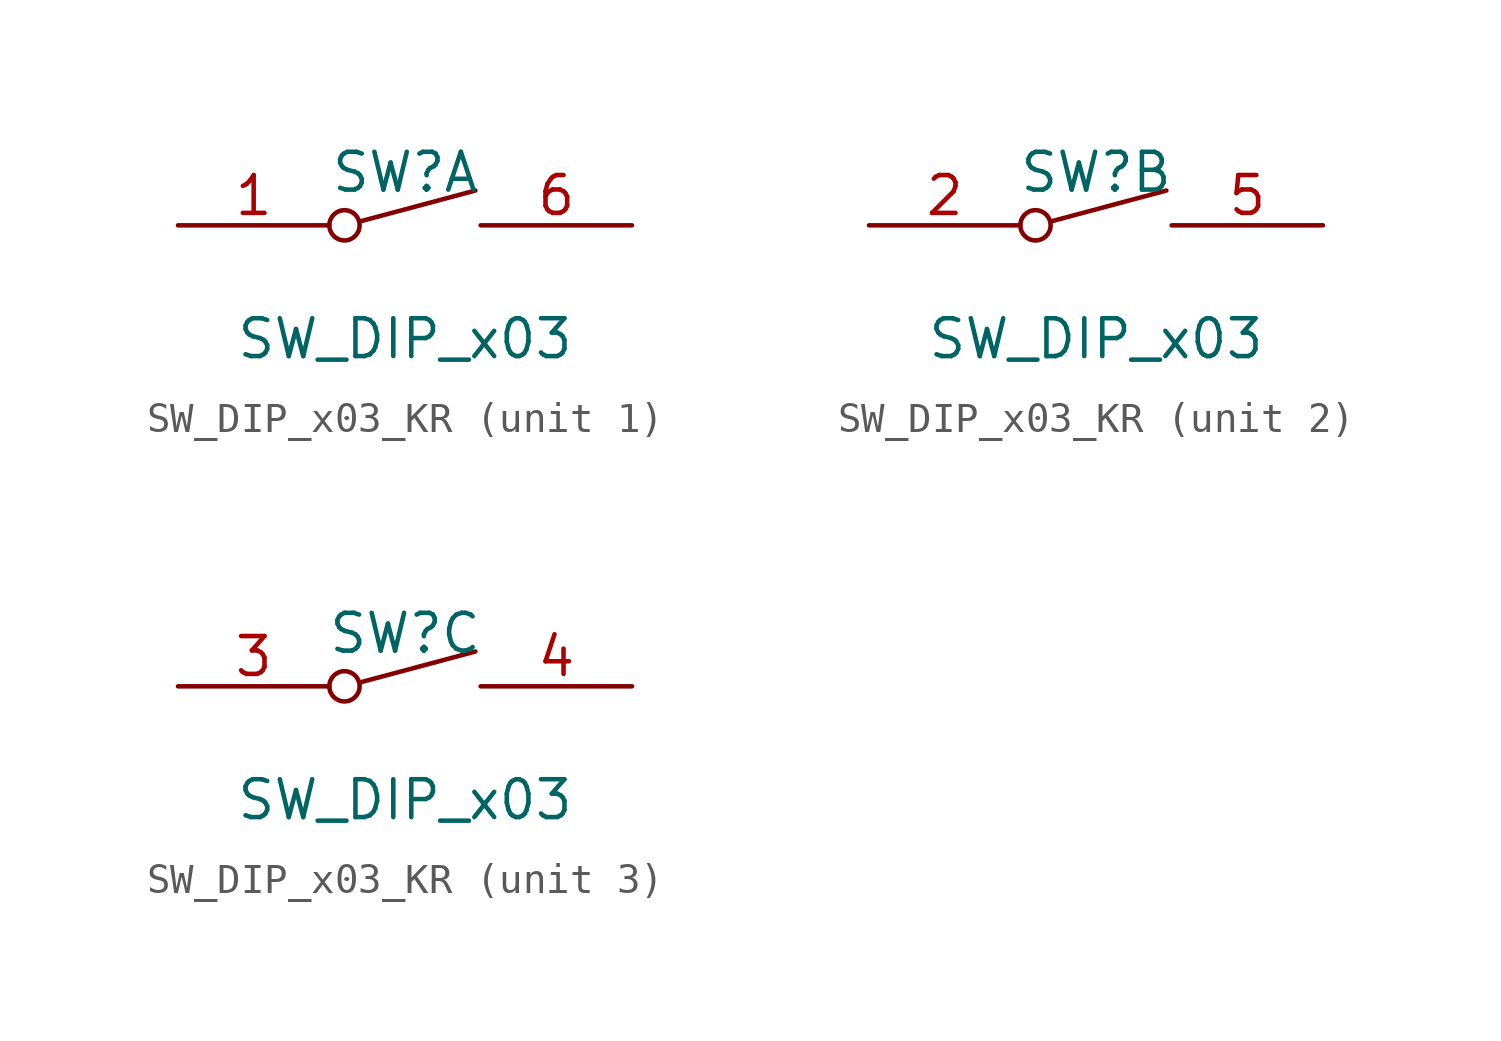
<source format=kicad_sym>
(kicad_symbol_lib
  (version 20220914)
  (generator kicad_symbol_editor)
  (symbol "SW_DIP_x03_KR"
    (pin_names
      (offset 0) hide)
    (property "Reference" "SW"
      (at 0 1.778 0)
      (effects (font (size 1.27 1.27))))
    (property "Value" "SW_DIP_x03"
      (at 0 -3.81 0)
      (effects (font (size 1.27 1.27))))
    (symbol "SW_DIP_x03_KR_0_0"
      (circle (center -2.032 0) (radius 0.508) (stroke (width 0) (type default)) (fill (type none)))
      (polyline (pts (xy -1.524 0.127) (xy 2.362 1.168)) (stroke (width 0) (type default)) (fill (type none))))
    (symbol "SW_DIP_x03_KR_1_1"
      (pin passive line (at -7.62 0 0) (length 5.08) (name "~" (effects (font (size 1.27 1.27)))) (number "1" (effects (font (size 1.27 1.27)))))
      (pin passive line (at 7.62 0 180) (length 5.08) (name "~" (effects (font (size 1.27 1.27)))) (number "6" (effects (font (size 1.27 1.27))))))
    (symbol "SW_DIP_x03_KR_2_1"
      (pin passive line (at -7.62 0 0) (length 5.08) (name "~" (effects (font (size 1.27 1.27)))) (number "2" (effects (font (size 1.27 1.27)))))
      (pin passive line (at 7.62 0 180) (length 5.08) (name "~" (effects (font (size 1.27 1.27)))) (number "5" (effects (font (size 1.27 1.27))))))
    (symbol "SW_DIP_x03_KR_3_1"
      (pin passive line (at -7.62 0 0) (length 5.08) (name "~" (effects (font (size 1.27 1.27)))) (number "3" (effects (font (size 1.27 1.27)))))
      (pin passive line (at 7.62 0 180) (length 5.08) (name "~" (effects (font (size 1.27 1.27)))) (number "4" (effects (font (size 1.27 1.27))))))))
</source>
